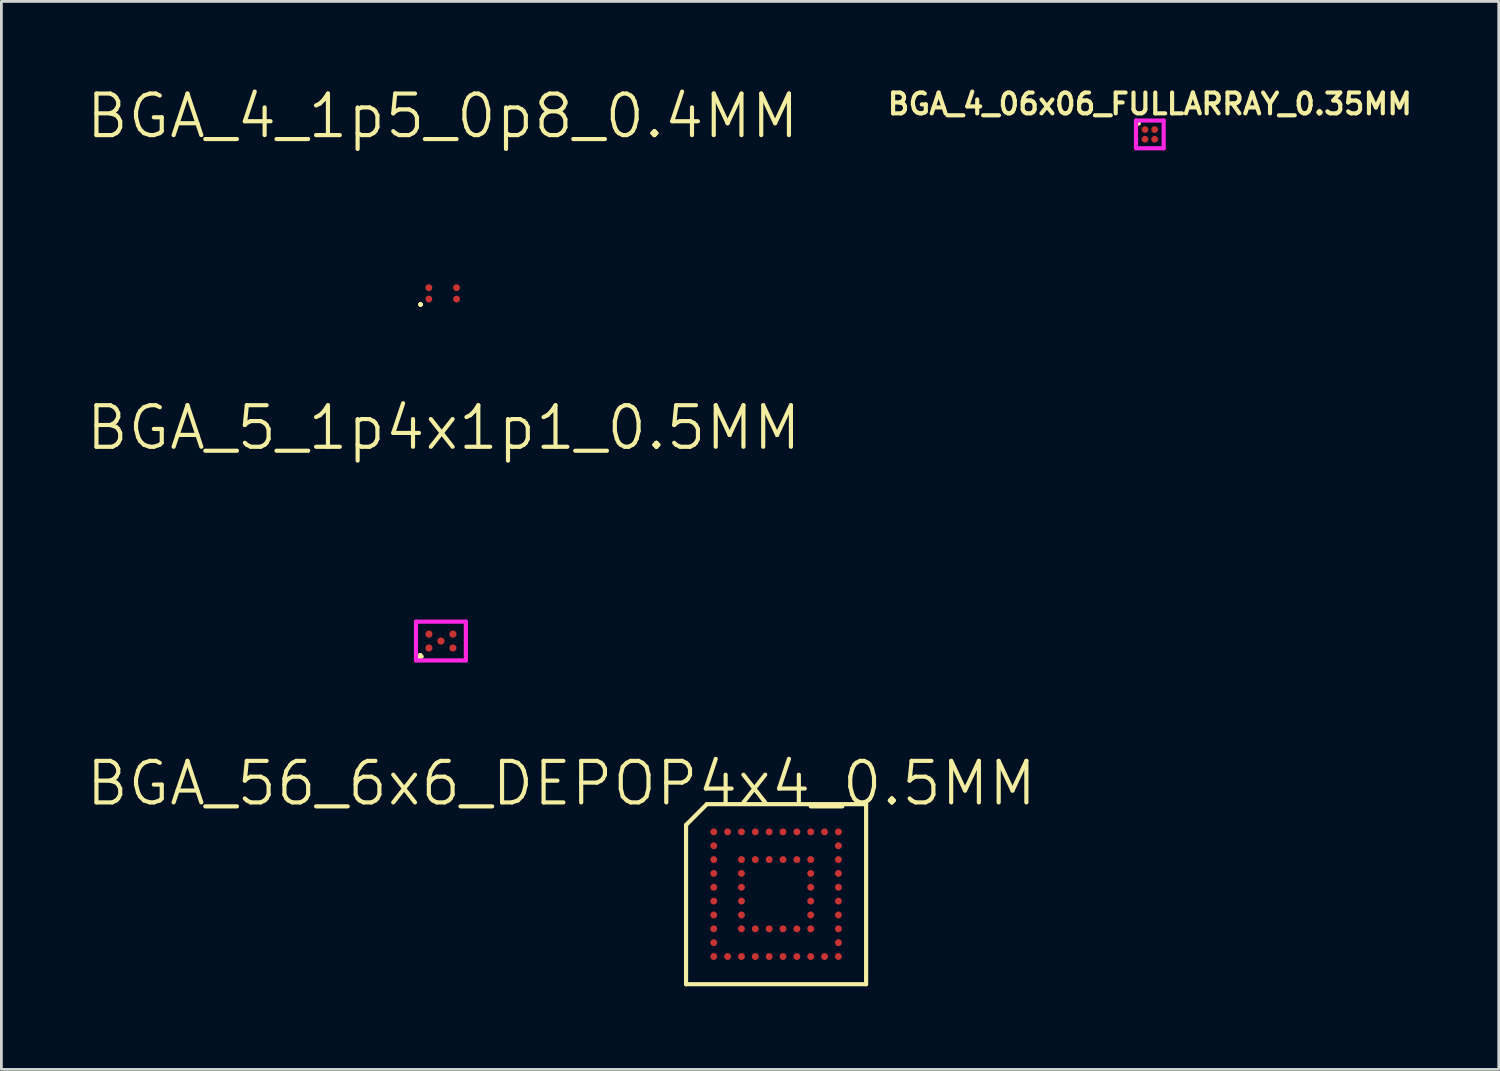
<source format=kicad_pcb>
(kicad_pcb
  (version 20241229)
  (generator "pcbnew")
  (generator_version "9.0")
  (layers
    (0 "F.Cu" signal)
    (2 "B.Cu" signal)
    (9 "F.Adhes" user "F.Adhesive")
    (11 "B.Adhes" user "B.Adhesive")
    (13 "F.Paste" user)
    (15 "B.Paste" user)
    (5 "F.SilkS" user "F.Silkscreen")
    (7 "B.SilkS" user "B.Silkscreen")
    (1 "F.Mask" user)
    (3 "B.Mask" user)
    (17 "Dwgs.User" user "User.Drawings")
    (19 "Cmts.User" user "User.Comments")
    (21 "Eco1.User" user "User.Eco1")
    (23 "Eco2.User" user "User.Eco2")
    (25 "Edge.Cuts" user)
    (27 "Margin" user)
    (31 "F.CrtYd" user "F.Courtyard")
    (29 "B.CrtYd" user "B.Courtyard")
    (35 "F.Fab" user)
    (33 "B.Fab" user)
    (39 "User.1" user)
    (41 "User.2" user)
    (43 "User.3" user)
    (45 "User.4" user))
  (footprint "BGA_4_06x06_FULLARRAY_0.35MM"
    (layer "F.Cu")
    (at 38.461 1.802)
    (property "Reference" "BGA_4_06x06_FULLARRAY_0.35MM" (at 0 -1.1 0) (layer "F.SilkS") (effects (font (size 0.75 0.75) (thickness 0.15))))
    (attr through_hole)
    (fp_line (start -0.5 -0.5) (end -0.5 0.5) (stroke (width 0.15) (type solid)) (layer "F.CrtYd"))
    (fp_line (start -0.5 0.5) (end 0.5 0.5) (stroke (width 0.15) (type solid)) (layer "F.CrtYd"))
    (fp_line (start 0.5 -0.5) (end -0.5 -0.5) (stroke (width 0.15) (type solid)) (layer "F.CrtYd"))
    (fp_line (start 0.5 0.5) (end 0.5 -0.5) (stroke (width 0.15) (type solid)) (layer "F.CrtYd"))
    (fp_text user "." (at -0.4 -0.6 0) (layer "F.SilkS") (effects (font (size 0.5 0.5) (thickness 0.1))))
    (pad "A1" smd circle (at -0.175 -0.175) (size 0.245 0.245) (layers "F.Cu" "F.Mask" "F.Paste"))
    (pad "A2" smd circle (at 0.175 -0.175) (size 0.245 0.245) (layers "F.Cu" "F.Mask" "F.Paste"))
    (pad "B1" smd circle (at -0.175 0.175) (size 0.245 0.245) (layers "F.Cu" "F.Mask" "F.Paste"))
    (pad "B2" smd circle (at 0.175 0.175) (size 0.245 0.245) (layers "F.Cu" "F.Mask" "F.Paste")))
  (footprint "BGA_56_6x6_DEPOP4x4_0.5MM"
    (layer "F.Cu")
    (at 24.968 29.232)
    (property "Reference" "BGA_56_6x6_DEPOP4x4_0.5MM" (at -7.75 -4 0) (layer "F.SilkS") (effects (font (size 1.5 1.5) (thickness 0.15))))
    (attr through_hole)
    (fp_line (start -3.25 -2.5) (end -2.5 -3.25) (stroke (width 0.15) (type solid)) (layer "F.SilkS"))
    (fp_line (start -3.25 3.25) (end -3.25 -2.5) (stroke (width 0.15) (type solid)) (layer "F.SilkS"))
    (fp_line (start -2.5 -3.25) (end 3.25 -3.25) (stroke (width 0.15) (type solid)) (layer "F.SilkS"))
    (fp_line (start 3.25 -3.25) (end 3.25 3.25) (stroke (width 0.15) (type solid)) (layer "F.SilkS"))
    (fp_line (start 3.25 3.25) (end -3.25 3.25) (stroke (width 0.15) (type solid)) (layer "F.SilkS"))
    (pad "A1" smd circle (at -2.25 -2.25) (size 0.25 0.25) (layers "F.Cu" "F.Mask" "F.Paste"))
    (pad "A2" smd circle (at -1.75 -2.25) (size 0.25 0.25) (layers "F.Cu" "F.Mask" "F.Paste"))
    (pad "A3" smd circle (at -1.25 -2.25) (size 0.25 0.25) (layers "F.Cu" "F.Mask" "F.Paste"))
    (pad "A4" smd circle (at -0.75 -2.25) (size 0.25 0.25) (layers "F.Cu" "F.Mask" "F.Paste"))
    (pad "A5" smd circle (at -0.25 -2.25) (size 0.25 0.25) (layers "F.Cu" "F.Mask" "F.Paste"))
    (pad "A6" smd circle (at 0.25 -2.25) (size 0.25 0.25) (layers "F.Cu" "F.Mask" "F.Paste"))
    (pad "A7" smd circle (at 0.75 -2.25) (size 0.25 0.25) (layers "F.Cu" "F.Mask" "F.Paste"))
    (pad "A8" smd circle (at 1.25 -2.25) (size 0.25 0.25) (layers "F.Cu" "F.Mask" "F.Paste"))
    (pad "A9" smd circle (at 1.75 -2.25) (size 0.25 0.25) (layers "F.Cu" "F.Mask" "F.Paste"))
    (pad "A10" smd circle (at 2.25 -2.25) (size 0.25 0.25) (layers "F.Cu" "F.Mask" "F.Paste"))
    (pad "B1" smd circle (at -2.25 -1.75) (size 0.25 0.25) (layers "F.Cu" "F.Mask" "F.Paste"))
    (pad "B10" smd circle (at 2.25 -1.75) (size 0.25 0.25) (layers "F.Cu" "F.Mask" "F.Paste"))
    (pad "C1" smd circle (at -2.25 -1.25) (size 0.25 0.25) (layers "F.Cu" "F.Mask" "F.Paste"))
    (pad "C3" smd circle (at -1.25 -1.25) (size 0.25 0.25) (layers "F.Cu" "F.Mask" "F.Paste"))
    (pad "C4" smd circle (at -0.75 -1.25) (size 0.25 0.25) (layers "F.Cu" "F.Mask" "F.Paste"))
    (pad "C5" smd circle (at -0.25 -1.25) (size 0.25 0.25) (layers "F.Cu" "F.Mask" "F.Paste"))
    (pad "C6" smd circle (at 0.25 -1.25) (size 0.25 0.25) (layers "F.Cu" "F.Mask" "F.Paste"))
    (pad "C7" smd circle (at 0.75 -1.25) (size 0.25 0.25) (layers "F.Cu" "F.Mask" "F.Paste"))
    (pad "C8" smd circle (at 1.25 -1.25) (size 0.25 0.25) (layers "F.Cu" "F.Mask" "F.Paste"))
    (pad "C10" smd circle (at 2.25 -1.25) (size 0.25 0.25) (layers "F.Cu" "F.Mask" "F.Paste"))
    (pad "D1" smd circle (at -2.25 -0.75) (size 0.25 0.25) (layers "F.Cu" "F.Mask" "F.Paste"))
    (pad "D3" smd circle (at -1.25 -0.75) (size 0.25 0.25) (layers "F.Cu" "F.Mask" "F.Paste"))
    (pad "D8" smd circle (at 1.25 -0.75) (size 0.25 0.25) (layers "F.Cu" "F.Mask" "F.Paste"))
    (pad "D10" smd circle (at 2.25 -0.75) (size 0.25 0.25) (layers "F.Cu" "F.Mask" "F.Paste"))
    (pad "E1" smd circle (at -2.25 -0.25) (size 0.25 0.25) (layers "F.Cu" "F.Mask" "F.Paste"))
    (pad "E3" smd circle (at -1.25 -0.25) (size 0.25 0.25) (layers "F.Cu" "F.Mask" "F.Paste"))
    (pad "E8" smd circle (at 1.25 -0.25) (size 0.25 0.25) (layers "F.Cu" "F.Mask" "F.Paste"))
    (pad "E10" smd circle (at 2.25 -0.25) (size 0.25 0.25) (layers "F.Cu" "F.Mask" "F.Paste"))
    (pad "F1" smd circle (at -2.25 0.25) (size 0.25 0.25) (layers "F.Cu" "F.Mask" "F.Paste"))
    (pad "F3" smd circle (at -1.25 0.25) (size 0.25 0.25) (layers "F.Cu" "F.Mask" "F.Paste"))
    (pad "F8" smd circle (at 1.25 0.25) (size 0.25 0.25) (layers "F.Cu" "F.Mask" "F.Paste"))
    (pad "F10" smd circle (at 2.25 0.25) (size 0.25 0.25) (layers "F.Cu" "F.Mask" "F.Paste"))
    (pad "G1" smd circle (at -2.25 0.75) (size 0.25 0.25) (layers "F.Cu" "F.Mask" "F.Paste"))
    (pad "G3" smd circle (at -1.25 0.75) (size 0.25 0.25) (layers "F.Cu" "F.Mask" "F.Paste"))
    (pad "G8" smd circle (at 1.25 0.75) (size 0.25 0.25) (layers "F.Cu" "F.Mask" "F.Paste"))
    (pad "G10" smd circle (at 2.25 0.75) (size 0.25 0.25) (layers "F.Cu" "F.Mask" "F.Paste"))
    (pad "H1" smd circle (at -2.25 1.25) (size 0.25 0.25) (layers "F.Cu" "F.Mask" "F.Paste"))
    (pad "H3" smd circle (at -1.25 1.25) (size 0.25 0.25) (layers "F.Cu" "F.Mask" "F.Paste"))
    (pad "H4" smd circle (at -0.75 1.25) (size 0.25 0.25) (layers "F.Cu" "F.Mask" "F.Paste"))
    (pad "H5" smd circle (at -0.25 1.25) (size 0.25 0.25) (layers "F.Cu" "F.Mask" "F.Paste"))
    (pad "H6" smd circle (at 0.25 1.25) (size 0.25 0.25) (layers "F.Cu" "F.Mask" "F.Paste"))
    (pad "H7" smd circle (at 0.75 1.25) (size 0.25 0.25) (layers "F.Cu" "F.Mask" "F.Paste"))
    (pad "H8" smd circle (at 1.25 1.25) (size 0.25 0.25) (layers "F.Cu" "F.Mask" "F.Paste"))
    (pad "H10" smd circle (at 2.25 1.25) (size 0.25 0.25) (layers "F.Cu" "F.Mask" "F.Paste"))
    (pad "J1" smd circle (at -2.25 1.75) (size 0.25 0.25) (layers "F.Cu" "F.Mask" "F.Paste"))
    (pad "J10" smd circle (at 2.25 1.75) (size 0.25 0.25) (layers "F.Cu" "F.Mask" "F.Paste"))
    (pad "K1" smd circle (at -2.25 2.25) (size 0.25 0.25) (layers "F.Cu" "F.Mask" "F.Paste"))
    (pad "K2" smd circle (at -1.75 2.25) (size 0.25 0.25) (layers "F.Cu" "F.Mask" "F.Paste"))
    (pad "K3" smd circle (at -1.25 2.25) (size 0.25 0.25) (layers "F.Cu" "F.Mask" "F.Paste"))
    (pad "K4" smd circle (at -0.75 2.25) (size 0.25 0.25) (layers "F.Cu" "F.Mask" "F.Paste"))
    (pad "K5" smd circle (at -0.25 2.25) (size 0.25 0.25) (layers "F.Cu" "F.Mask" "F.Paste"))
    (pad "K6" smd circle (at 0.25 2.25) (size 0.25 0.25) (layers "F.Cu" "F.Mask" "F.Paste"))
    (pad "K7" smd circle (at 0.75 2.25) (size 0.25 0.25) (layers "F.Cu" "F.Mask" "F.Paste"))
    (pad "K8" smd circle (at 1.25 2.25) (size 0.25 0.25) (layers "F.Cu" "F.Mask" "F.Paste"))
    (pad "K9" smd circle (at 1.75 2.25) (size 0.25 0.25) (layers "F.Cu" "F.Mask" "F.Paste"))
    (pad "K10" smd circle (at 2.25 2.25) (size 0.25 0.25) (layers "F.Cu" "F.Mask" "F.Paste")))
  (footprint "BGA_5_1p4x1p1_0.5MM"
    (layer "F.Cu")
    (at 12.868 20.093)
    (property "Reference" "BGA_5_1p4x1p1_0.5MM" (at 0.1 -7.7 0) (layer "F.SilkS") (effects (font (size 1.5 1.5) (thickness 0.15))))
    (attr smd)
    (fp_line (start -0.9 -0.7) (end 0.9 -0.7) (stroke (width 0.15) (type solid)) (layer "F.CrtYd"))
    (fp_line (start -0.9 0.7) (end -0.9 -0.7) (stroke (width 0.15) (type solid)) (layer "F.CrtYd"))
    (fp_line (start 0.9 -0.7) (end 0.9 0.7) (stroke (width 0.15) (type solid)) (layer "F.CrtYd"))
    (fp_line (start 0.9 0.7) (end -0.9 0.7) (stroke (width 0.15) (type solid)) (layer "F.CrtYd"))
    (fp_text user "." (at -0.75 0.15 0) (layer "F.SilkS") (effects (font (size 1 1) (thickness 0.15))))
    (pad "A1" smd circle (at -0.433 0.25) (size 0.26 0.26) (layers "F.Cu" "F.Mask" "F.Paste"))
    (pad "A3" smd circle (at -0.433 -0.25) (size 0.26 0.26) (layers "F.Cu" "F.Mask" "F.Paste"))
    (pad "B2" smd circle (at 0 0) (size 0.26 0.26) (layers "F.Cu" "F.Mask" "F.Paste"))
    (pad "C1" smd circle (at 0.433 0.25) (size 0.26 0.26) (layers "F.Cu" "F.Mask" "F.Paste"))
    (pad "C3" smd circle (at 0.433 -0.25) (size 0.26 0.26) (layers "F.Cu" "F.Mask" "F.Paste")))
  (footprint "BGA_4_1p5_0p8_0.4MM"
    (layer "F.Cu")
    (at 12.932 7.541)
    (property "Reference" "BGA_4_1p5_0p8_0.4MM" (at 0 -6.4 0) (layer "F.SilkS") (effects (font (size 1.5 1.5) (thickness 0.15))))
    (attr smd)
    (fp_text user "." (at -0.8 0.2 0) (layer "F.SilkS") (effects (font (size 0.5 0.5) (thickness 0.125))))
    (pad "1" smd circle (at -0.5 0.205) (size 0.25 0.25) (layers "F.Cu" "F.Mask" "F.Paste"))
    (pad "2" smd circle (at 0.5 0.205) (size 0.25 0.25) (layers "F.Cu" "F.Mask" "F.Paste"))
    (pad "3" smd circle (at 0.5 -0.205) (size 0.25 0.25) (layers "F.Cu" "F.Mask" "F.Paste"))
    (pad "4" smd circle (at -0.5 -0.205) (size 0.25 0.25) (layers "F.Cu" "F.Mask" "F.Paste")))
  (gr_rect
    (start -3 -3)
    (end 51.057 35.557)
    (stroke (width 0.1) (type default))
    (fill no)
    (layer "Edge.Cuts")))
</source>
